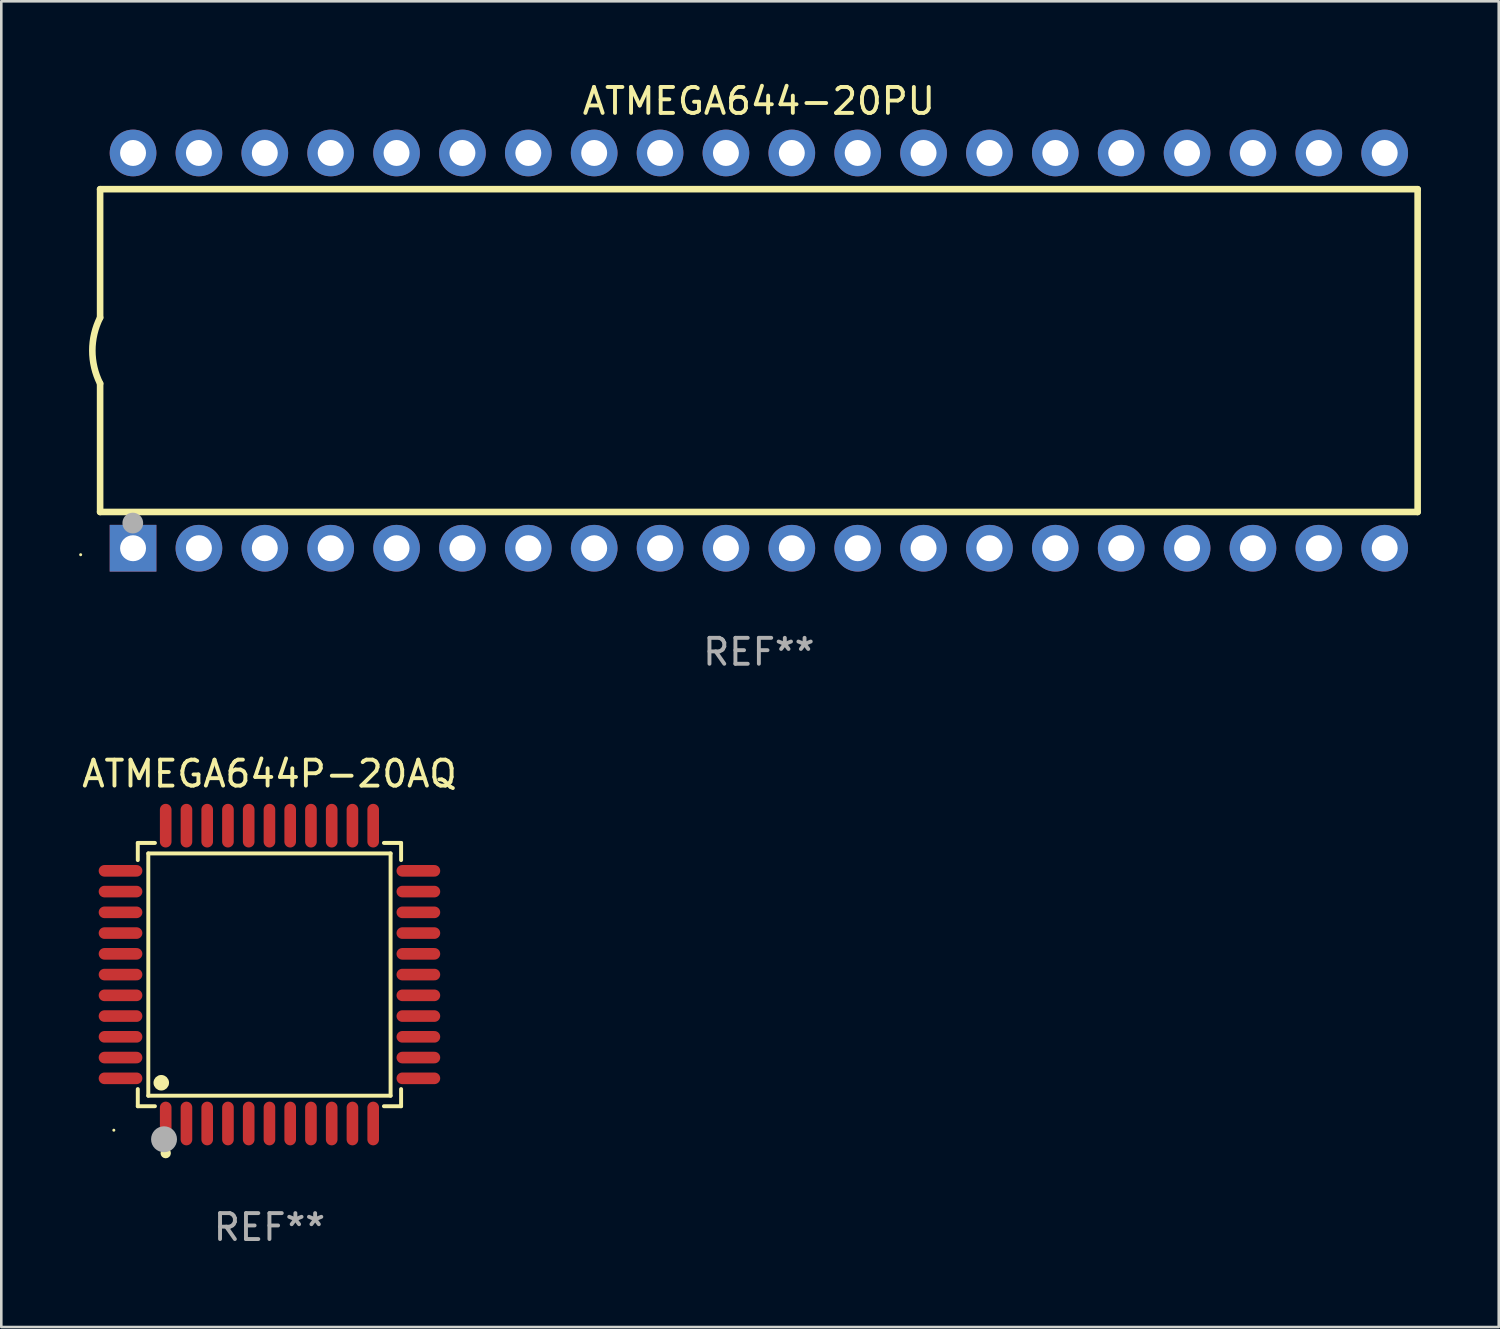
<source format=kicad_pcb>
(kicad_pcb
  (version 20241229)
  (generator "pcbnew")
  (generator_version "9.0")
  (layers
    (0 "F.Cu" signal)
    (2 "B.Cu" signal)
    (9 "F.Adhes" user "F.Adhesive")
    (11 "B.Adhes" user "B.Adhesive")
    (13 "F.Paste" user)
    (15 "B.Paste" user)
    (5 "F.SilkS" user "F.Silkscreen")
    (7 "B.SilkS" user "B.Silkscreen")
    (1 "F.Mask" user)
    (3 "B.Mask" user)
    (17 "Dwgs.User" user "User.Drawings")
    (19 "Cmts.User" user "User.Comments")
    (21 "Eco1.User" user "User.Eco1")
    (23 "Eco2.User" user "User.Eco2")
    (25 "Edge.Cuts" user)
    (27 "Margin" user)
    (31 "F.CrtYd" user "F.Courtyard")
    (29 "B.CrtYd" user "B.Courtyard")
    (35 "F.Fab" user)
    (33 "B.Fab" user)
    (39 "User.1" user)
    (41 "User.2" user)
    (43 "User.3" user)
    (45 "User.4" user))
  (footprint "ATMEGA644P-20AQ"
    (layer "F.Cu")
    (at 7.339 34.527)
    (property "Reference" "ATMEGA644P-20AQ" (at 0 -7.742 0) (layer "F.SilkS") (effects (font (size 1 1) (thickness 0.15))))
    (attr through_hole)
    (fp_line (start -5.076 -5.076) (end -4.415 -5.076) (stroke (width 0.152) (type solid)) (layer "F.SilkS"))
    (fp_line (start -5.076 -4.415) (end -5.076 -5.076) (stroke (width 0.152) (type solid)) (layer "F.SilkS"))
    (fp_line (start -5.076 4.415) (end -5.076 5.076) (stroke (width 0.152) (type solid)) (layer "F.SilkS"))
    (fp_line (start -5.076 5.076) (end -4.415 5.076) (stroke (width 0.152) (type solid)) (layer "F.SilkS"))
    (fp_line (start -4.671 -4.671) (end 4.671 -4.671) (stroke (width 0.152) (type solid)) (layer "F.SilkS"))
    (fp_line (start -4.671 4.671) (end -4.671 -4.671) (stroke (width 0.152) (type solid)) (layer "F.SilkS"))
    (fp_line (start 4.671 -4.671) (end 4.671 4.671) (stroke (width 0.152) (type solid)) (layer "F.SilkS"))
    (fp_line (start 4.671 4.671) (end -4.671 4.671) (stroke (width 0.152) (type solid)) (layer "F.SilkS"))
    (fp_line (start 5.076 -5.076) (end 4.415 -5.076) (stroke (width 0.152) (type solid)) (layer "F.SilkS"))
    (fp_line (start 5.076 -4.415) (end 5.076 -5.076) (stroke (width 0.152) (type solid)) (layer "F.SilkS"))
    (fp_line (start 5.076 4.415) (end 5.076 5.076) (stroke (width 0.152) (type solid)) (layer "F.SilkS"))
    (fp_line (start 5.076 5.076) (end 4.415 5.076) (stroke (width 0.152) (type solid)) (layer "F.SilkS"))
    (fp_circle (center -6 6) (end -5.97 6) (stroke (width 0.06) (type solid)) (fill no) (layer "F.SilkS"))
    (fp_circle (center -4.171 4.171) (end -4.021 4.171) (stroke (width 0.3) (type solid)) (fill no) (layer "F.SilkS"))
    (fp_circle (center -4 6.884) (end -3.9 6.884) (stroke (width 0.2) (type solid)) (fill no) (layer "F.SilkS"))
    (fp_circle (center -4.064 6.35) (end -3.814 6.35) (stroke (width 0.5) (type solid)) (fill no) (layer "F.Fab"))
    (fp_text user "REF**" (at 0 9.742 0) (layer "F.Fab") (effects (font (size 1 1) (thickness 0.15))))
    (pad "1" smd oval (at -4 5.742) (size 0.448 1.684) (layers "F.Cu" "F.Mask" "F.Paste"))
    (pad "2" smd oval (at -3.2 5.742) (size 0.448 1.684) (layers "F.Cu" "F.Mask" "F.Paste"))
    (pad "3" smd oval (at -2.4 5.742) (size 0.448 1.684) (layers "F.Cu" "F.Mask" "F.Paste"))
    (pad "4" smd oval (at -1.6 5.742) (size 0.448 1.684) (layers "F.Cu" "F.Mask" "F.Paste"))
    (pad "5" smd oval (at -0.8 5.742) (size 0.448 1.684) (layers "F.Cu" "F.Mask" "F.Paste"))
    (pad "6" smd oval (at 0 5.742) (size 0.448 1.684) (layers "F.Cu" "F.Mask" "F.Paste"))
    (pad "7" smd oval (at 0.8 5.742) (size 0.448 1.684) (layers "F.Cu" "F.Mask" "F.Paste"))
    (pad "8" smd oval (at 1.6 5.742) (size 0.448 1.684) (layers "F.Cu" "F.Mask" "F.Paste"))
    (pad "9" smd oval (at 2.4 5.742) (size 0.448 1.684) (layers "F.Cu" "F.Mask" "F.Paste"))
    (pad "10" smd oval (at 3.2 5.742) (size 0.448 1.684) (layers "F.Cu" "F.Mask" "F.Paste"))
    (pad "11" smd oval (at 4 5.742) (size 0.448 1.684) (layers "F.Cu" "F.Mask" "F.Paste"))
    (pad "12" smd oval (at 5.742 4) (size 1.684 0.448) (layers "F.Cu" "F.Mask" "F.Paste"))
    (pad "13" smd oval (at 5.742 3.2) (size 1.684 0.448) (layers "F.Cu" "F.Mask" "F.Paste"))
    (pad "14" smd oval (at 5.742 2.4) (size 1.684 0.448) (layers "F.Cu" "F.Mask" "F.Paste"))
    (pad "15" smd oval (at 5.742 1.6) (size 1.684 0.448) (layers "F.Cu" "F.Mask" "F.Paste"))
    (pad "16" smd oval (at 5.742 0.8) (size 1.684 0.448) (layers "F.Cu" "F.Mask" "F.Paste"))
    (pad "17" smd oval (at 5.742 0) (size 1.684 0.448) (layers "F.Cu" "F.Mask" "F.Paste"))
    (pad "18" smd oval (at 5.742 -0.8) (size 1.684 0.448) (layers "F.Cu" "F.Mask" "F.Paste"))
    (pad "19" smd oval (at 5.742 -1.6) (size 1.684 0.448) (layers "F.Cu" "F.Mask" "F.Paste"))
    (pad "20" smd oval (at 5.742 -2.4) (size 1.684 0.448) (layers "F.Cu" "F.Mask" "F.Paste"))
    (pad "21" smd oval (at 5.742 -3.2) (size 1.684 0.448) (layers "F.Cu" "F.Mask" "F.Paste"))
    (pad "22" smd oval (at 5.742 -4) (size 1.684 0.448) (layers "F.Cu" "F.Mask" "F.Paste"))
    (pad "23" smd oval (at 4 -5.742) (size 0.448 1.684) (layers "F.Cu" "F.Mask" "F.Paste"))
    (pad "24" smd oval (at 3.2 -5.742) (size 0.448 1.684) (layers "F.Cu" "F.Mask" "F.Paste"))
    (pad "25" smd oval (at 2.4 -5.742) (size 0.448 1.684) (layers "F.Cu" "F.Mask" "F.Paste"))
    (pad "26" smd oval (at 1.6 -5.742) (size 0.448 1.684) (layers "F.Cu" "F.Mask" "F.Paste"))
    (pad "27" smd oval (at 0.8 -5.742) (size 0.448 1.684) (layers "F.Cu" "F.Mask" "F.Paste"))
    (pad "28" smd oval (at 0 -5.742) (size 0.448 1.684) (layers "F.Cu" "F.Mask" "F.Paste"))
    (pad "29" smd oval (at -0.8 -5.742) (size 0.448 1.684) (layers "F.Cu" "F.Mask" "F.Paste"))
    (pad "30" smd oval (at -1.6 -5.742) (size 0.448 1.684) (layers "F.Cu" "F.Mask" "F.Paste"))
    (pad "31" smd oval (at -2.4 -5.742) (size 0.448 1.684) (layers "F.Cu" "F.Mask" "F.Paste"))
    (pad "32" smd oval (at -3.2 -5.742) (size 0.448 1.684) (layers "F.Cu" "F.Mask" "F.Paste"))
    (pad "33" smd oval (at -4 -5.742) (size 0.448 1.684) (layers "F.Cu" "F.Mask" "F.Paste"))
    (pad "34" smd oval (at -5.742 -4) (size 1.684 0.448) (layers "F.Cu" "F.Mask" "F.Paste"))
    (pad "35" smd oval (at -5.742 -3.2) (size 1.684 0.448) (layers "F.Cu" "F.Mask" "F.Paste"))
    (pad "36" smd oval (at -5.742 -2.4) (size 1.684 0.448) (layers "F.Cu" "F.Mask" "F.Paste"))
    (pad "37" smd oval (at -5.742 -1.6) (size 1.684 0.448) (layers "F.Cu" "F.Mask" "F.Paste"))
    (pad "38" smd oval (at -5.742 -0.8) (size 1.684 0.448) (layers "F.Cu" "F.Mask" "F.Paste"))
    (pad "39" smd oval (at -5.742 0) (size 1.684 0.448) (layers "F.Cu" "F.Mask" "F.Paste"))
    (pad "40" smd oval (at -5.742 0.8) (size 1.684 0.448) (layers "F.Cu" "F.Mask" "F.Paste"))
    (pad "41" smd oval (at -5.742 1.6) (size 1.684 0.448) (layers "F.Cu" "F.Mask" "F.Paste"))
    (pad "42" smd oval (at -5.742 2.4) (size 1.684 0.448) (layers "F.Cu" "F.Mask" "F.Paste"))
    (pad "43" smd oval (at -5.742 3.2) (size 1.684 0.448) (layers "F.Cu" "F.Mask" "F.Paste"))
    (pad "44" smd oval (at -5.742 4) (size 1.684 0.448) (layers "F.Cu" "F.Mask" "F.Paste")))
  (footprint "ATMEGA644-20PU"
    (layer "F.Cu")
    (at 26.21 10.468)
    (property "Reference" "ATMEGA644-20PU" (at 0 -9.62 0) (layer "F.SilkS") (effects (font (size 1 1) (thickness 0.15))))
    (attr through_hole)
    (fp_line (start -25.4 -6.224) (end -25.4 -1.271) (stroke (width 0.254) (type solid)) (layer "F.SilkS"))
    (fp_line (start -25.4 -6.224) (end 25.4 -6.224) (stroke (width 0.254) (type solid)) (layer "F.SilkS"))
    (fp_line (start -25.4 1.269) (end -25.4 6.222) (stroke (width 0.254) (type solid)) (layer "F.SilkS"))
    (fp_line (start -25.4 6.222) (end 25.4 6.222) (stroke (width 0.254) (type solid)) (layer "F.SilkS"))
    (fp_line (start 25.4 6.222) (end 25.4 -6.224) (stroke (width 0.254) (type solid)) (layer "F.SilkS"))
    (fp_arc (start -25.4 1.269241) (mid -25.699807 -0.000762) (end -25.4 -1.270765) (stroke (width 0.254001) (type solid)) (layer "F.SilkS"))
    (fp_circle (center -26.15 7.87) (end -26.12 7.87) (stroke (width 0.06) (type solid)) (fill no) (layer "F.SilkS"))
    (fp_circle (center -24.14 6.65) (end -23.94 6.65) (stroke (width 0.4) (type solid)) (fill no) (layer "F.Fab"))
    (fp_text user "REF**" (at 0 11.62 0) (layer "F.Fab") (effects (font (size 1 1) (thickness 0.15))))
    (pad "1" thru_hole rect (at -24.13 7.62 90) (size 1.8 1.8) (drill 1) (layers "*.Cu" "*.Mask"))
    (pad "2" thru_hole circle (at -21.59 7.62) (size 1.8 1.8) (drill 1) (layers "*.Cu" "*.Mask"))
    (pad "3" thru_hole circle (at -19.05 7.62) (size 1.8 1.8) (drill 1) (layers "*.Cu" "*.Mask"))
    (pad "4" thru_hole circle (at -16.51 7.62) (size 1.8 1.8) (drill 1) (layers "*.Cu" "*.Mask"))
    (pad "5" thru_hole circle (at -13.97 7.62) (size 1.8 1.8) (drill 1) (layers "*.Cu" "*.Mask"))
    (pad "6" thru_hole circle (at -11.43 7.62) (size 1.8 1.8) (drill 1) (layers "*.Cu" "*.Mask"))
    (pad "7" thru_hole circle (at -8.89 7.62) (size 1.8 1.8) (drill 1) (layers "*.Cu" "*.Mask"))
    (pad "8" thru_hole circle (at -6.35 7.62) (size 1.8 1.8) (drill 1) (layers "*.Cu" "*.Mask"))
    (pad "9" thru_hole circle (at -3.81 7.62) (size 1.8 1.8) (drill 1) (layers "*.Cu" "*.Mask"))
    (pad "10" thru_hole circle (at -1.27 7.62) (size 1.8 1.8) (drill 1) (layers "*.Cu" "*.Mask"))
    (pad "11" thru_hole circle (at 1.27 7.62) (size 1.8 1.8) (drill 1) (layers "*.Cu" "*.Mask"))
    (pad "12" thru_hole circle (at 3.81 7.62) (size 1.8 1.8) (drill 1) (layers "*.Cu" "*.Mask"))
    (pad "13" thru_hole circle (at 6.35 7.62) (size 1.8 1.8) (drill 1) (layers "*.Cu" "*.Mask"))
    (pad "14" thru_hole circle (at 8.89 7.62) (size 1.8 1.8) (drill 1) (layers "*.Cu" "*.Mask"))
    (pad "15" thru_hole circle (at 11.43 7.62) (size 1.8 1.8) (drill 1) (layers "*.Cu" "*.Mask"))
    (pad "16" thru_hole circle (at 13.97 7.62) (size 1.8 1.8) (drill 1) (layers "*.Cu" "*.Mask"))
    (pad "17" thru_hole circle (at 16.51 7.62) (size 1.8 1.8) (drill 1) (layers "*.Cu" "*.Mask"))
    (pad "18" thru_hole circle (at 19.05 7.62) (size 1.8 1.8) (drill 1) (layers "*.Cu" "*.Mask"))
    (pad "19" thru_hole circle (at 21.59 7.62) (size 1.8 1.8) (drill 1) (layers "*.Cu" "*.Mask"))
    (pad "20" thru_hole circle (at 24.13 7.62) (size 1.8 1.8) (drill 1) (layers "*.Cu" "*.Mask"))
    (pad "21" thru_hole circle (at 24.13 -7.62) (size 1.8 1.8) (drill 1) (layers "*.Cu" "*.Mask"))
    (pad "22" thru_hole circle (at 21.59 -7.62) (size 1.8 1.8) (drill 1) (layers "*.Cu" "*.Mask"))
    (pad "23" thru_hole circle (at 19.05 -7.62) (size 1.8 1.8) (drill 1) (layers "*.Cu" "*.Mask"))
    (pad "24" thru_hole circle (at 16.51 -7.62) (size 1.8 1.8) (drill 1) (layers "*.Cu" "*.Mask"))
    (pad "25" thru_hole circle (at 13.97 -7.62) (size 1.8 1.8) (drill 1) (layers "*.Cu" "*.Mask"))
    (pad "26" thru_hole circle (at 11.43 -7.62) (size 1.8 1.8) (drill 1) (layers "*.Cu" "*.Mask"))
    (pad "27" thru_hole circle (at 8.89 -7.62) (size 1.8 1.8) (drill 1) (layers "*.Cu" "*.Mask"))
    (pad "28" thru_hole circle (at 6.35 -7.62) (size 1.8 1.8) (drill 1) (layers "*.Cu" "*.Mask"))
    (pad "29" thru_hole circle (at 3.81 -7.62) (size 1.8 1.8) (drill 1) (layers "*.Cu" "*.Mask"))
    (pad "30" thru_hole circle (at 1.27 -7.62) (size 1.8 1.8) (drill 1) (layers "*.Cu" "*.Mask"))
    (pad "31" thru_hole circle (at -1.27 -7.62) (size 1.8 1.8) (drill 1) (layers "*.Cu" "*.Mask"))
    (pad "32" thru_hole circle (at -3.81 -7.62) (size 1.8 1.8) (drill 1) (layers "*.Cu" "*.Mask"))
    (pad "33" thru_hole circle (at -6.35 -7.62) (size 1.8 1.8) (drill 1) (layers "*.Cu" "*.Mask"))
    (pad "34" thru_hole circle (at -8.89 -7.62) (size 1.8 1.8) (drill 1) (layers "*.Cu" "*.Mask"))
    (pad "35" thru_hole circle (at -11.43 -7.62) (size 1.8 1.8) (drill 1) (layers "*.Cu" "*.Mask"))
    (pad "36" thru_hole circle (at -13.97 -7.62) (size 1.8 1.8) (drill 1) (layers "*.Cu" "*.Mask"))
    (pad "37" thru_hole circle (at -16.51 -7.62) (size 1.8 1.8) (drill 1) (layers "*.Cu" "*.Mask"))
    (pad "38" thru_hole circle (at -19.05 -7.62) (size 1.8 1.8) (drill 1) (layers "*.Cu" "*.Mask"))
    (pad "39" thru_hole circle (at -21.59 -7.62) (size 1.8 1.8) (drill 1) (layers "*.Cu" "*.Mask"))
    (pad "40" thru_hole circle (at -24.13 -7.62) (size 1.8 1.8) (drill 1) (layers "*.Cu" "*.Mask")))
  (gr_rect
    (start -3 -3)
    (end 54.737 48.117)
    (stroke (width 0.1) (type default))
    (fill no)
    (layer "Edge.Cuts")))
</source>
